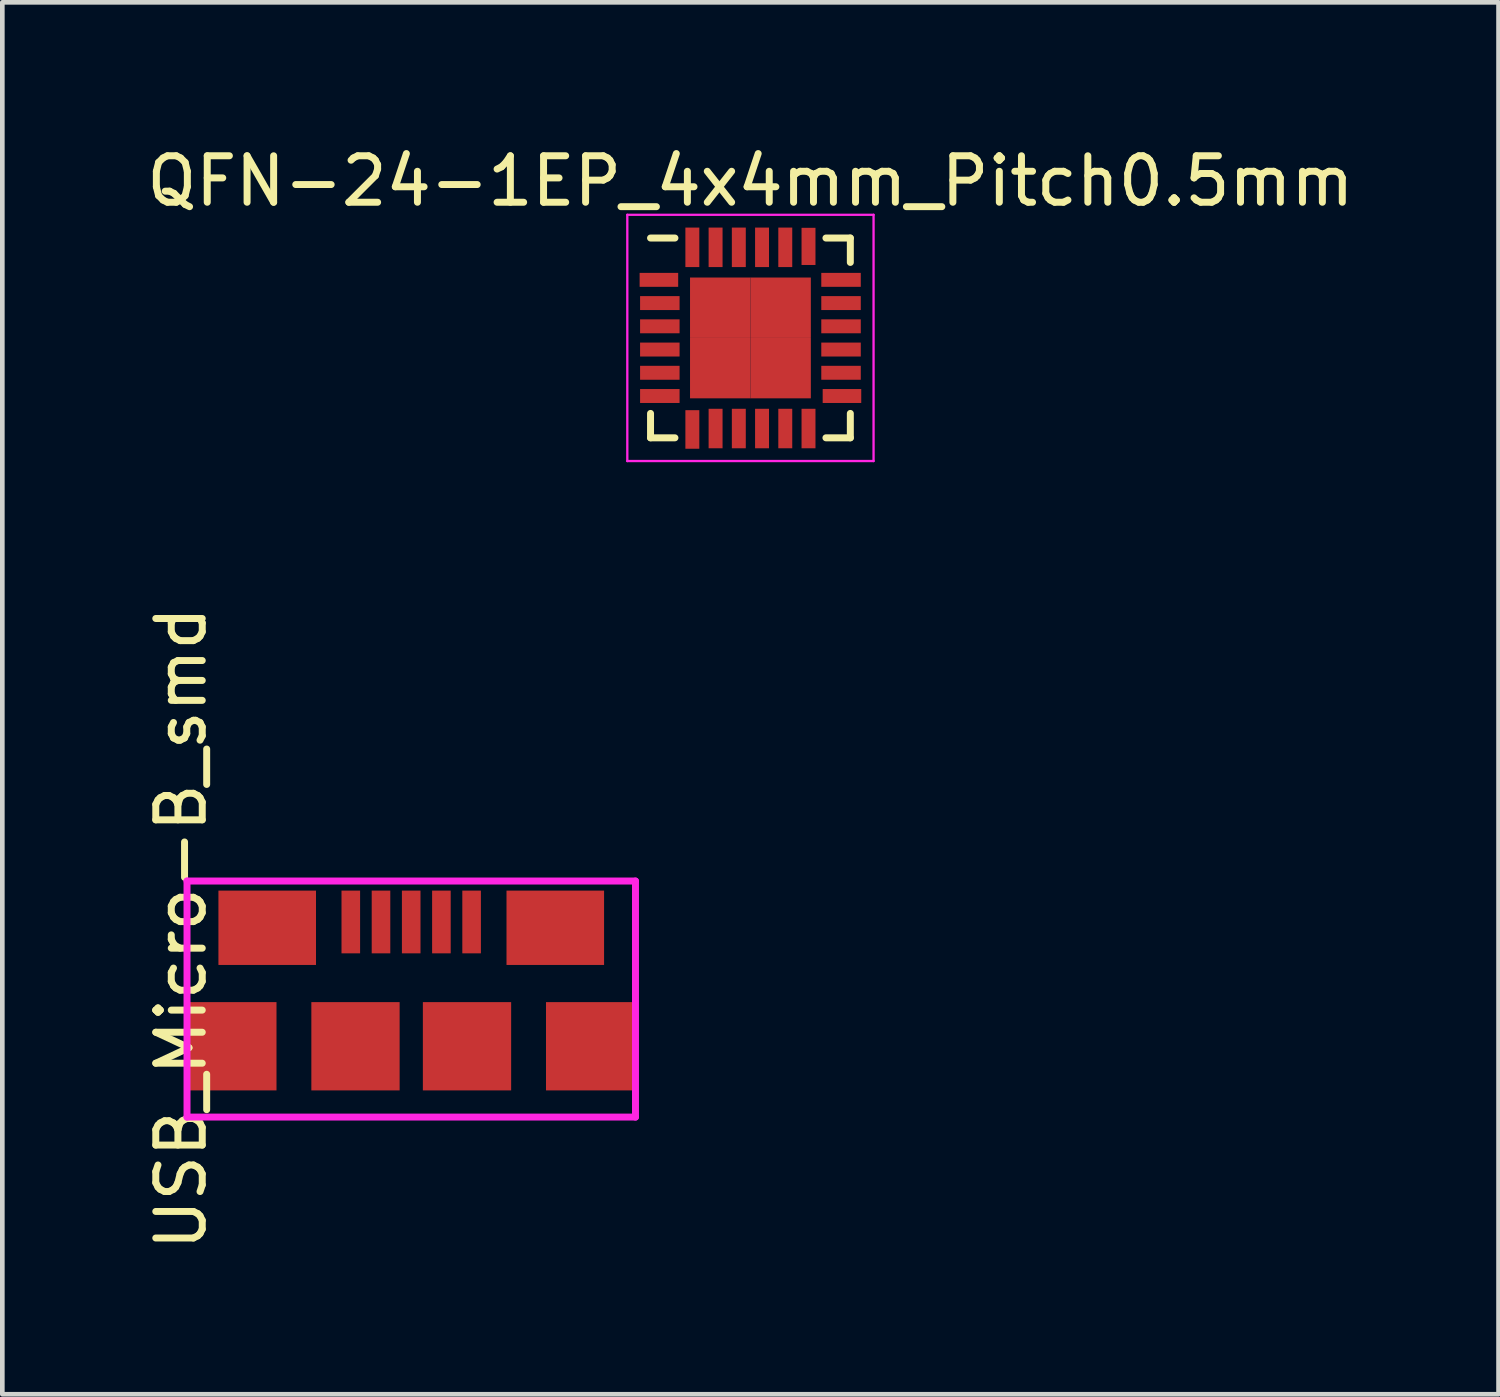
<source format=kicad_pcb>
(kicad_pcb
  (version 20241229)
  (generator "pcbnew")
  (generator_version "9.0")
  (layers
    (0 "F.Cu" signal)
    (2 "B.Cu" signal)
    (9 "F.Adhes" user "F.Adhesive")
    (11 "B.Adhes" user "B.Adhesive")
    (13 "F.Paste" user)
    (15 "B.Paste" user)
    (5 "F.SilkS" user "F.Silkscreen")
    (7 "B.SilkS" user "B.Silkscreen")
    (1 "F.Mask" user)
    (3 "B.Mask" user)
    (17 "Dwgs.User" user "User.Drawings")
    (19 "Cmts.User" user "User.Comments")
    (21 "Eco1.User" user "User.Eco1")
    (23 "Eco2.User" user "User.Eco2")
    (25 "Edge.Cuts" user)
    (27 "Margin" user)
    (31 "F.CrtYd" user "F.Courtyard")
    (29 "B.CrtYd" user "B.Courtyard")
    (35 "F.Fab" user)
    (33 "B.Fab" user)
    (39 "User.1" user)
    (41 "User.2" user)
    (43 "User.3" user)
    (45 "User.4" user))
  (footprint "USB_Micro-B_smd"
    (layer "F.Cu")
    (at 5.801 19.468)
    (property "Reference" "USB_Micro-B_smd" (at -4.953 -2.54 270) (layer "F.SilkS") (effects (font (size 1 1) (thickness 0.15))))
    (attr smd)
    (fp_line (start -4.826 -3.556) (end 4.826 -3.556) (stroke (width 0.15) (type solid)) (layer "F.CrtYd"))
    (fp_line (start -4.826 1.524) (end -4.826 -3.556) (stroke (width 0.15) (type solid)) (layer "F.CrtYd"))
    (fp_line (start 4.826 -3.556) (end 4.826 1.524) (stroke (width 0.15) (type solid)) (layer "F.CrtYd"))
    (fp_line (start 4.826 1.524) (end -4.826 1.524) (stroke (width 0.15) (type solid)) (layer "F.CrtYd"))
    (pad "1" smd rect (at -1.301 -2.675 90) (size 1.35 0.4) (layers "F.Cu" "F.Mask" "F.Paste"))
    (pad "2" smd rect (at -0.651 -2.675 90) (size 1.35 0.4) (layers "F.Cu" "F.Mask" "F.Paste"))
    (pad "3" smd rect (at -0.001 -2.675 90) (size 1.35 0.4) (layers "F.Cu" "F.Mask" "F.Paste"))
    (pad "4" smd rect (at 0.649 -2.675 90) (size 1.35 0.4) (layers "F.Cu" "F.Mask" "F.Paste"))
    (pad "5" smd rect (at 1.299 -2.675 90) (size 1.35 0.4) (layers "F.Cu" "F.Mask" "F.Paste"))
    (pad "6" smd rect (at -3.85 0) (size 1.9 1.9) (layers "F.Cu" "F.Mask" "F.Paste"))
    (pad "6" smd rect (at -3.1 -2.55) (size 2.1 1.6) (layers "F.Cu" "F.Mask" "F.Paste"))
    (pad "6" smd rect (at -1.2 0) (size 1.9 1.9) (layers "F.Cu" "F.Mask" "F.Paste"))
    (pad "6" smd rect (at 1.2 0) (size 1.9 1.9) (layers "F.Cu" "F.Mask" "F.Paste"))
    (pad "6" smd rect (at 3.1 -2.55) (size 2.1 1.6) (layers "F.Cu" "F.Mask" "F.Paste"))
    (pad "6" smd rect (at 3.85 0) (size 1.9 1.9) (layers "F.Cu" "F.Mask" "F.Paste")))
  (footprint "QFN-24-1EP_4x4mm_Pitch0.5mm"
    (placed yes)
    (layer "F.Cu")
    (at 13.101 4.223)
    (property "Reference" "QFN-24-1EP_4x4mm_Pitch0.5mm" (at 0 -3.375 0) (layer "F.SilkS") (effects (font (size 1 1) (thickness 0.15))))
    (attr smd)
    (fp_line (start -2.15 -2.15) (end -1.625 -2.15) (stroke (width 0.15) (type solid)) (layer "F.SilkS"))
    (fp_line (start -2.15 2.15) (end -2.15 1.625) (stroke (width 0.15) (type solid)) (layer "F.SilkS"))
    (fp_line (start -2.15 2.15) (end -1.625 2.15) (stroke (width 0.15) (type solid)) (layer "F.SilkS"))
    (fp_line (start 2.15 -2.15) (end 1.625 -2.15) (stroke (width 0.15) (type solid)) (layer "F.SilkS"))
    (fp_line (start 2.15 -2.15) (end 2.15 -1.625) (stroke (width 0.15) (type solid)) (layer "F.SilkS"))
    (fp_line (start 2.15 2.15) (end 1.625 2.15) (stroke (width 0.15) (type solid)) (layer "F.SilkS"))
    (fp_line (start 2.15 2.15) (end 2.15 1.625) (stroke (width 0.15) (type solid)) (layer "F.SilkS"))
    (fp_line (start -2.65 -2.65) (end -2.65 2.65) (stroke (width 0.05) (type solid)) (layer "F.CrtYd"))
    (fp_line (start -2.65 -2.65) (end 2.65 -2.65) (stroke (width 0.05) (type solid)) (layer "F.CrtYd"))
    (fp_line (start -2.65 2.65) (end 2.65 2.65) (stroke (width 0.05) (type solid)) (layer "F.CrtYd"))
    (fp_line (start 2.65 -2.65) (end 2.65 2.65) (stroke (width 0.05) (type solid)) (layer "F.CrtYd"))
    (pad "1" smd rect (at -1.95 -1.25) (size 0.83 0.3) (drill (offset -0.02 0)) (layers "F.Cu" "F.Mask" "F.Paste"))
    (pad "2" smd rect (at -1.95 -0.75) (size 0.85 0.3) (layers "F.Cu" "F.Mask" "F.Paste"))
    (pad "3" smd rect (at -1.95 -0.25) (size 0.85 0.3) (layers "F.Cu" "F.Mask" "F.Paste"))
    (pad "4" smd rect (at -1.95 0.25) (size 0.85 0.3) (layers "F.Cu" "F.Mask" "F.Paste"))
    (pad "5" smd rect (at -1.95 0.75) (size 0.85 0.3) (layers "F.Cu" "F.Mask" "F.Paste"))
    (pad "6" smd rect (at -1.95 1.25) (size 0.85 0.3) (layers "F.Cu" "F.Mask" "F.Paste"))
    (pad "7" smd rect (at -1.25 1.95 90) (size 0.83 0.3) (drill (offset -0.02 0)) (layers "F.Cu" "F.Mask" "F.Paste"))
    (pad "8" smd rect (at -0.75 1.95 90) (size 0.85 0.3) (layers "F.Cu" "F.Mask" "F.Paste"))
    (pad "9" smd rect (at -0.25 1.95 90) (size 0.85 0.3) (layers "F.Cu" "F.Mask" "F.Paste"))
    (pad "10" smd rect (at 0.25 1.95 90) (size 0.85 0.3) (layers "F.Cu" "F.Mask" "F.Paste"))
    (pad "11" smd rect (at 0.75 1.95 90) (size 0.85 0.3) (layers "F.Cu" "F.Mask" "F.Paste"))
    (pad "12" smd rect (at 1.25 1.95 90) (size 0.85 0.3) (layers "F.Cu" "F.Mask" "F.Paste"))
    (pad "13" smd rect (at 1.95 1.25) (size 0.83 0.3) (drill (offset 0.02 0)) (layers "F.Cu" "F.Mask" "F.Paste"))
    (pad "14" smd rect (at 1.95 0.75) (size 0.85 0.3) (layers "F.Cu" "F.Mask" "F.Paste"))
    (pad "15" smd rect (at 1.95 0.25) (size 0.85 0.3) (layers "F.Cu" "F.Mask" "F.Paste"))
    (pad "16" smd rect (at 1.95 -0.25) (size 0.85 0.3) (layers "F.Cu" "F.Mask" "F.Paste"))
    (pad "17" smd rect (at 1.95 -0.75) (size 0.85 0.3) (layers "F.Cu" "F.Mask" "F.Paste"))
    (pad "18" smd rect (at 1.95 -1.25) (size 0.85 0.3) (layers "F.Cu" "F.Mask" "F.Paste"))
    (pad "19" smd rect (at 1.25 -1.95 90) (size 0.8 0.3) (drill (offset 0.02 0)) (layers "F.Cu" "F.Mask" "F.Paste"))
    (pad "20" smd rect (at 0.75 -1.95 90) (size 0.85 0.3) (layers "F.Cu" "F.Mask" "F.Paste"))
    (pad "21" smd rect (at 0.25 -1.95 90) (size 0.85 0.3) (layers "F.Cu" "F.Mask" "F.Paste"))
    (pad "22" smd rect (at -0.25 -1.95 90) (size 0.85 0.3) (layers "F.Cu" "F.Mask" "F.Paste"))
    (pad "23" smd rect (at -0.75 -1.95 90) (size 0.85 0.3) (layers "F.Cu" "F.Mask" "F.Paste"))
    (pad "24" smd rect (at -1.25 -1.95 90) (size 0.85 0.3) (layers "F.Cu" "F.Mask" "F.Paste"))
    (pad "25" smd rect (at -0.65 -0.65) (size 1.3 1.3) (layers "F.Cu" "F.Mask" "F.Paste"))
    (pad "25" smd rect (at -0.65 0.65) (size 1.3 1.3) (layers "F.Cu" "F.Mask" "F.Paste"))
    (pad "25" smd rect (at 0.65 -0.65) (size 1.3 1.3) (layers "F.Cu" "F.Mask" "F.Paste"))
    (pad "25" smd rect (at 0.65 0.65) (size 1.3 1.3) (layers "F.Cu" "F.Mask" "F.Paste")))
  (gr_rect
    (start -3 -3)
    (end 29.202 26.958)
    (stroke (width 0.1) (type default))
    (fill no)
    (layer "Edge.Cuts")))
</source>
